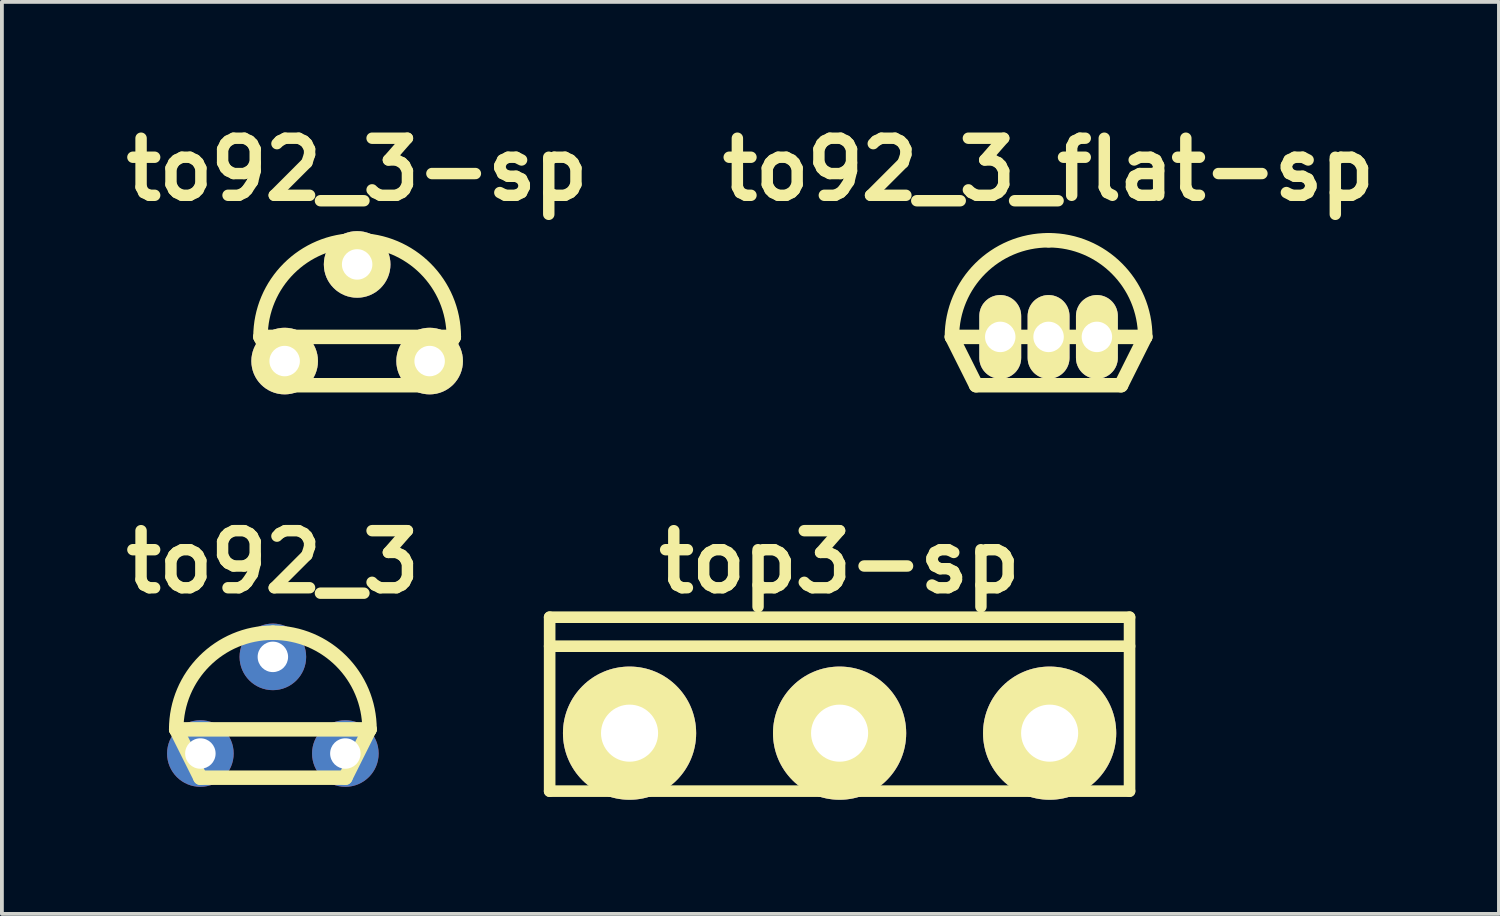
<source format=kicad_pcb>
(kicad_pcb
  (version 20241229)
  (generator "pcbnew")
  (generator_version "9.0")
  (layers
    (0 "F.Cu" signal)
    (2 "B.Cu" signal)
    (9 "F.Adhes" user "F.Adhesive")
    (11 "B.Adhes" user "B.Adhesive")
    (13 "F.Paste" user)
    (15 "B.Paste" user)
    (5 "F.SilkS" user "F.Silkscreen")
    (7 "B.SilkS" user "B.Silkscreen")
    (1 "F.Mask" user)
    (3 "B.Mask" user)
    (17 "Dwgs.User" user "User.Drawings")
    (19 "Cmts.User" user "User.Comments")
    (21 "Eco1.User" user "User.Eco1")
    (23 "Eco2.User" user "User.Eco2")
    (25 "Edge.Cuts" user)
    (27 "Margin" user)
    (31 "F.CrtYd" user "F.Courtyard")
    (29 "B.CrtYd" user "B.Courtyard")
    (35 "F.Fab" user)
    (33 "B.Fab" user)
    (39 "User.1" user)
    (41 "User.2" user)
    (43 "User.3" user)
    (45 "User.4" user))
  (footprint "top3-sp"
    (layer "F.Cu")
    (at 19.015 16.218)
    (property "Reference" "top3-sp" (at 0 -4.5 0) (layer "F.SilkS") (effects (font (size 1.5 1.5) (thickness 0.3))))
    (attr through_hole)
    (fp_line (start -7.62 -3.048) (end -7.62 1.524) (stroke (width 0.305) (type solid)) (layer "F.SilkS"))
    (fp_line (start -7.62 -2.286) (end 7.62 -2.286) (stroke (width 0.305) (type solid)) (layer "F.SilkS"))
    (fp_line (start -7.62 1.524) (end 7.62 1.524) (stroke (width 0.305) (type solid)) (layer "F.SilkS"))
    (fp_line (start 7.62 -3.048) (end -7.62 -3.048) (stroke (width 0.305) (type solid)) (layer "F.SilkS"))
    (fp_line (start 7.62 1.524) (end 7.62 -3.048) (stroke (width 0.305) (type solid)) (layer "F.SilkS"))
    (pad "1" thru_hole circle (at -5.52 0) (size 3.5 3.5) (drill 1.5) (layers "*.Cu" "*.Mask" "F.SilkS"))
    (pad "2" thru_hole circle (at 0 0) (size 3.5 3.5) (drill 1.5) (layers "*.Cu" "*.Mask" "F.SilkS"))
    (pad "3" thru_hole circle (at 5.52 0) (size 3.5 3.5) (drill 1.5) (layers "*.Cu" "*.Mask" "F.SilkS")))
  (footprint "to92_3"
    (layer "F.Cu")
    (at 4.121 16.118)
    (property "Reference" "to92_3" (at 0 -4.4 0) (layer "F.SilkS") (effects (font (size 1.5 1.5) (thickness 0.3))))
    (attr through_hole)
    (fp_line (start -1.905 1.27) (end -2.54 0) (stroke (width 0.381) (type solid)) (layer "F.SilkS"))
    (fp_line (start 1.905 1.27) (end -1.905 1.27) (stroke (width 0.381) (type solid)) (layer "F.SilkS"))
    (fp_line (start 2.54 0) (end -2.54 0) (stroke (width 0.381) (type solid)) (layer "F.SilkS"))
    (fp_line (start 2.54 0) (end 1.905 1.27) (stroke (width 0.381) (type solid)) (layer "F.SilkS"))
    (fp_arc (start -2.54 0) (mid -1.796051 -1.796051) (end 0 -2.54) (stroke (width 0.381) (type solid)) (layer "F.SilkS"))
    (fp_arc (start 0 -2.54) (mid 1.796051 -1.796051) (end 2.54 0) (stroke (width 0.381) (type solid)) (layer "F.SilkS"))
    (pad "1" thru_hole circle (at 1.905 0.635) (size 1.75 1.75) (drill 0.8) (layers "*.Cu" "*.Mask"))
    (pad "2" thru_hole circle (at 0 -1.905) (size 1.75 1.75) (drill 0.8) (layers "*.Cu" "*.Mask"))
    (pad "3" thru_hole circle (at -1.905 0.635) (size 1.75 1.75) (drill 0.8) (layers "*.Cu" "*.Mask")))
  (footprint "to92_3-sp"
    (layer "F.Cu")
    (at 6.336 5.804)
    (property "Reference" "to92_3-sp" (at 0 -4.4 0) (layer "F.SilkS") (effects (font (size 1.5 1.5) (thickness 0.3))))
    (attr through_hole)
    (fp_line (start -1.905 1.27) (end -2.54 0) (stroke (width 0.381) (type solid)) (layer "F.SilkS"))
    (fp_line (start 1.905 1.27) (end -1.905 1.27) (stroke (width 0.381) (type solid)) (layer "F.SilkS"))
    (fp_line (start 2.54 0) (end -2.54 0) (stroke (width 0.381) (type solid)) (layer "F.SilkS"))
    (fp_line (start 2.54 0) (end 1.905 1.27) (stroke (width 0.381) (type solid)) (layer "F.SilkS"))
    (fp_arc (start -2.54 0) (mid -1.796051 -1.796051) (end 0 -2.54) (stroke (width 0.381) (type solid)) (layer "F.SilkS"))
    (fp_arc (start 0 -2.54) (mid 1.796051 -1.796051) (end 2.54 0) (stroke (width 0.381) (type solid)) (layer "F.SilkS"))
    (pad "1" thru_hole circle (at -1.905 0.635) (size 1.75 1.75) (drill 0.8) (layers "*.Cu" "*.Mask" "F.SilkS"))
    (pad "2" thru_hole circle (at 0 -1.905) (size 1.75 1.75) (drill 0.8) (layers "*.Cu" "*.Mask" "F.SilkS"))
    (pad "3" thru_hole circle (at 1.905 0.635) (size 1.75 1.75) (drill 0.8) (layers "*.Cu" "*.Mask" "F.SilkS")))
  (footprint "to92_3_flat-sp"
    (layer "F.Cu")
    (at 24.507 5.804)
    (property "Reference" "to92_3_flat-sp" (at 0 -4.4 0) (layer "F.SilkS") (effects (font (size 1.5 1.5) (thickness 0.3))))
    (attr through_hole)
    (fp_line (start -1.905 1.27) (end -2.54 0) (stroke (width 0.381) (type solid)) (layer "F.SilkS"))
    (fp_line (start 1.905 1.27) (end -1.905 1.27) (stroke (width 0.381) (type solid)) (layer "F.SilkS"))
    (fp_line (start 2.54 0) (end -2.54 0) (stroke (width 0.381) (type solid)) (layer "F.SilkS"))
    (fp_line (start 2.54 0) (end 1.905 1.27) (stroke (width 0.381) (type solid)) (layer "F.SilkS"))
    (fp_arc (start -2.54 0) (mid -1.796051 -1.796051) (end 0 -2.54) (stroke (width 0.381) (type solid)) (layer "F.SilkS"))
    (fp_arc (start 0 -2.54) (mid 1.796051 -1.796051) (end 2.54 0) (stroke (width 0.381) (type solid)) (layer "F.SilkS"))
    (pad "1" thru_hole oval (at -1.27 0) (size 1.1 2.2) (drill 0.8) (layers "*.Cu" "*.Mask" "F.SilkS"))
    (pad "2" thru_hole oval (at 0 0) (size 1.1 2.2) (drill 0.8) (layers "*.Cu" "*.Mask" "F.SilkS"))
    (pad "3" thru_hole oval (at 1.27 0) (size 1.1 2.2) (drill 0.8) (layers "*.Cu" "*.Mask" "F.SilkS")))
  (gr_rect
    (start -3 -3)
    (end 36.343 20.968)
    (stroke (width 0.1) (type default))
    (fill no)
    (layer "Edge.Cuts")))
</source>
